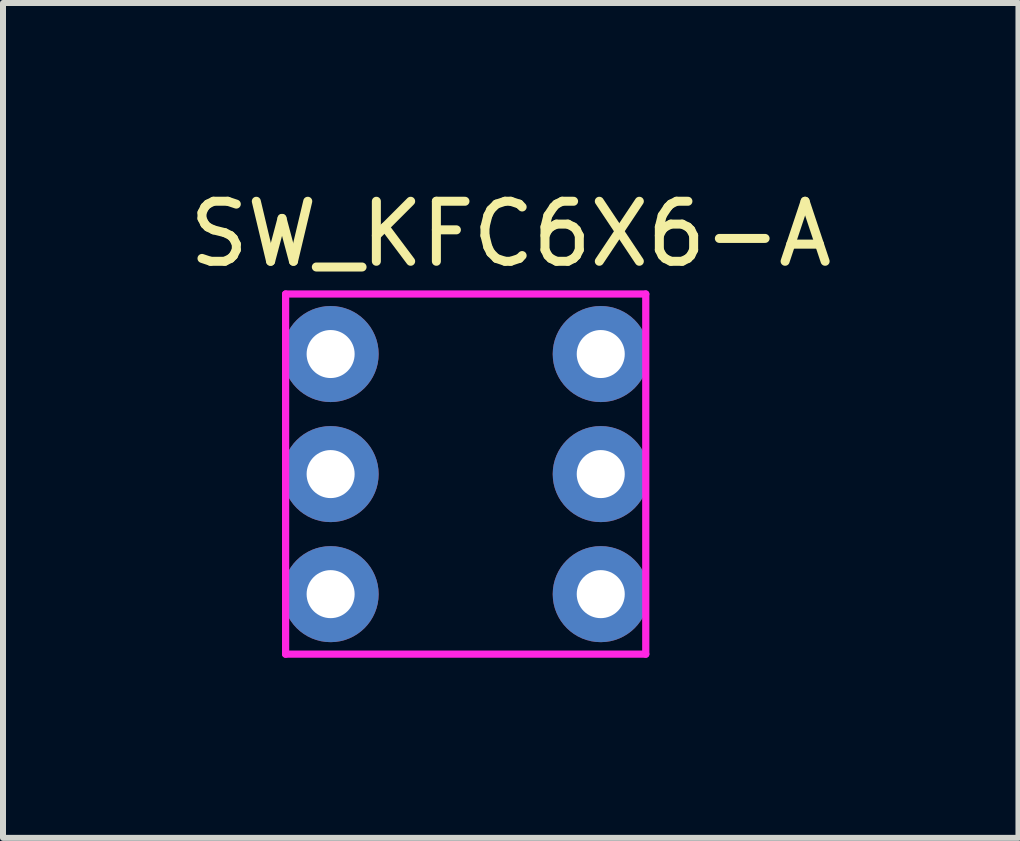
<source format=kicad_pcb>
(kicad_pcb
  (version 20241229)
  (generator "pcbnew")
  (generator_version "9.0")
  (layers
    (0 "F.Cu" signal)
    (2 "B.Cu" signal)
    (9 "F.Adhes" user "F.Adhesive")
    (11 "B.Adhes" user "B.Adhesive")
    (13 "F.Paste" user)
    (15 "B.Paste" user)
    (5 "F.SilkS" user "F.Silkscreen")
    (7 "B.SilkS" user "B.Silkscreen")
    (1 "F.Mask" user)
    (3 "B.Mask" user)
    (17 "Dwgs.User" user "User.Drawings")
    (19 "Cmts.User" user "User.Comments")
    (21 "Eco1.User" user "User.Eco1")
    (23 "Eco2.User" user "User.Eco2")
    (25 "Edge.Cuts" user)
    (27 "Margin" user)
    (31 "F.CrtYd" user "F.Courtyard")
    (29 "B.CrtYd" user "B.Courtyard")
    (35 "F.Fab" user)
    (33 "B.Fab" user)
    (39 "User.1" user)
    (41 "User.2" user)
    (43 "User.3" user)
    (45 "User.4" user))
  (footprint "SW_KFC6X6-A"
    (layer "F.Cu")
    (at 2.458 6.848)
    (property "Reference" "SW_KFC6X6-A" (at 3 -6 0) (layer "F.SilkS") (effects (font (size 1 1) (thickness 0.15))))
    (attr through_hole)
    (fp_line (start -0.75 -5) (end 5.25 -5) (stroke (width 0.12) (type solid)) (layer "F.CrtYd"))
    (fp_line (start -0.75 1) (end -0.75 -5) (stroke (width 0.12) (type solid)) (layer "F.CrtYd"))
    (fp_line (start 5.25 -5) (end 5.25 1) (stroke (width 0.12) (type solid)) (layer "F.CrtYd"))
    (fp_line (start 5.25 1) (end -0.75 1) (stroke (width 0.12) (type solid)) (layer "F.CrtYd"))
    (pad "1" thru_hole circle (at 0 0) (size 1.6 1.6) (drill 0.8) (layers "*.Cu" "*.Mask"))
    (pad "2" thru_hole circle (at 0 -2) (size 1.6 1.6) (drill 0.8) (layers "*.Cu" "*.Mask"))
    (pad "3" thru_hole circle (at 0 -4) (size 1.6 1.6) (drill 0.8) (layers "*.Cu" "*.Mask"))
    (pad "4" thru_hole circle (at 4.5 0) (size 1.6 1.6) (drill 0.8) (layers "*.Cu" "*.Mask"))
    (pad "5" thru_hole circle (at 4.5 -2) (size 1.6 1.6) (drill 0.8) (layers "*.Cu" "*.Mask"))
    (pad "6" thru_hole circle (at 4.5 -4) (size 1.6 1.6) (drill 0.8) (layers "*.Cu" "*.Mask")))
  (gr_rect
    (start -3 -3)
    (end 13.917 10.908)
    (stroke (width 0.1) (type default))
    (fill no)
    (layer "Edge.Cuts")))
</source>
